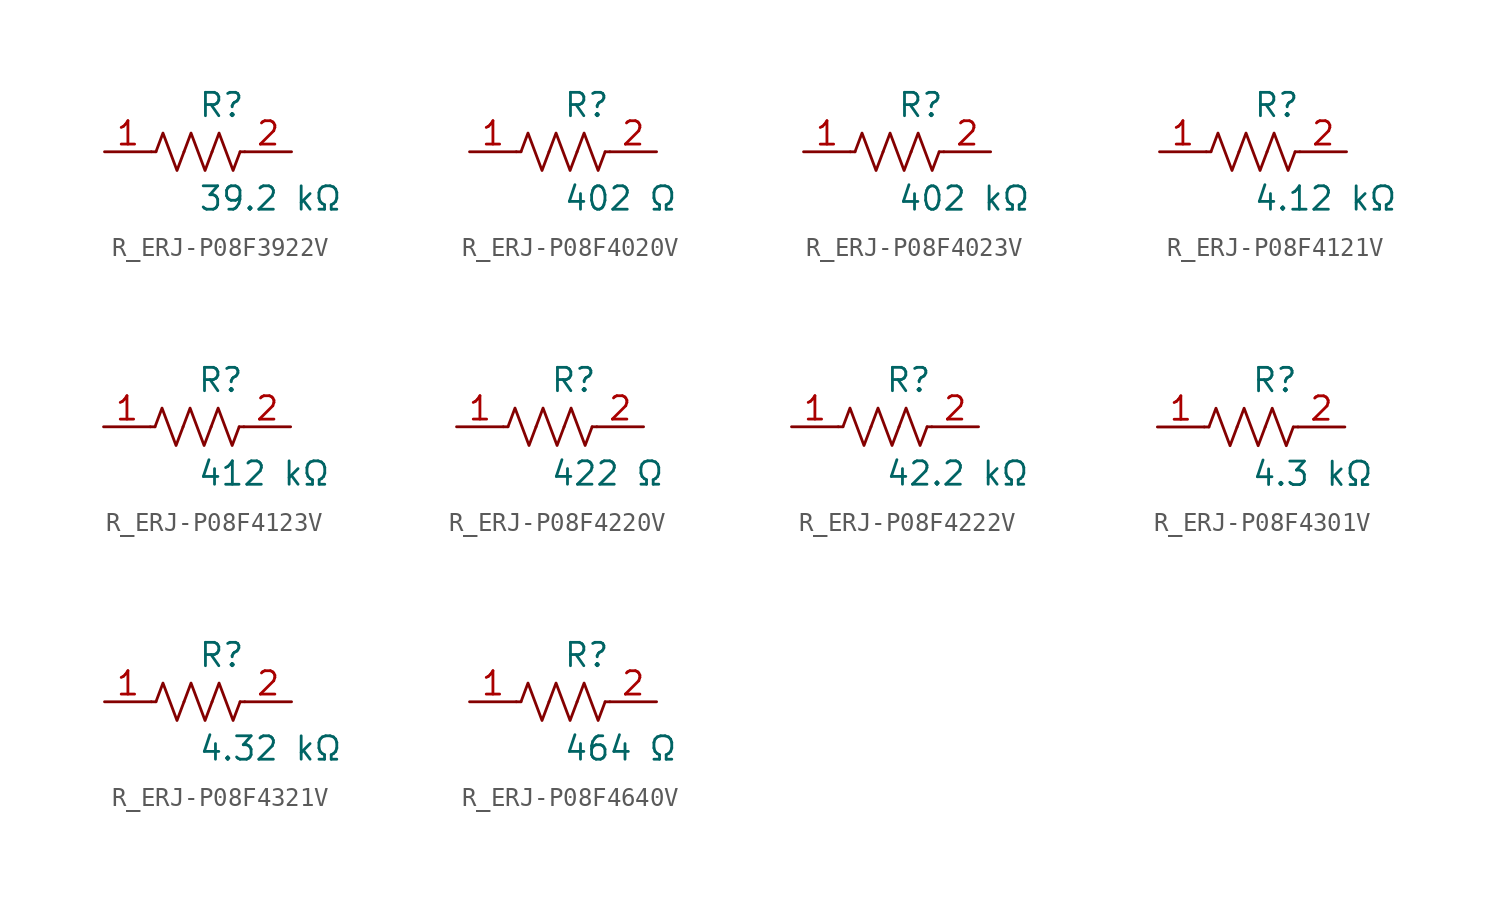
<source format=kicad_sym>
(kicad_symbol_lib
  (version 20231120)
  (generator kicad_symbol_editor)
  (generator_version 8.0)
  (symbol "R_ERJ-P08F3922V"
    (pin_names
      (offset 0.254))
    (property "Reference" "R"
      (at 0.0 2.54 0)
      (effects (font (size 1.27 1.27)) (justify left)))
    (property "Value" "39.2 kΩ"
      (at 0.0 -2.54 0)
      (effects (font (size 1.27 1.27)) (justify left)))
    (symbol "R_ERJ-P08F3922V_0_1"
      (polyline (pts (xy 2.286 0) (xy 2.54 0)) (stroke (width 0) (type default)) (fill (type none)))
      (polyline (pts (xy -2.286 0) (xy -2.54 0)) (stroke (width 0) (type default)) (fill (type none)))
      (polyline (pts (xy 0.762 0) (xy 1.143 1.016) (xy 1.524 0) (xy 1.905 -1.016) (xy 2.286 0)) (stroke (width 0) (type default)) (fill (type none)))
      (polyline (pts (xy -0.762 0) (xy -0.381 1.016) (xy 0 0) (xy 0.381 -1.016) (xy 0.762 0)) (stroke (width 0) (type default)) (fill (type none)))
      (polyline (pts (xy -2.286 0) (xy -1.905 1.016) (xy -1.524 0) (xy -1.143 -1.016) (xy -0.762 0)) (stroke (width 0) (type default)) (fill (type none))))
    (pin unspecified line
      (at -5.08 0 0)
      (length 2.54)
      (name "" (effects (font (size 1.27 1.27))))
      (number "1" (effects (font (size 1.27 1.27)))))
    (pin unspecified line
      (at 5.08 0 180)
      (length 2.54)
      (name "" (effects (font (size 1.27 1.27))))
      (number "2" (effects (font (size 1.27 1.27))))))
  (symbol "R_ERJ-P08F4020V"
    (pin_names
      (offset 0.254))
    (property "Reference" "R"
      (at 0.0 2.54 0)
      (effects (font (size 1.27 1.27)) (justify left)))
    (property "Value" "402 Ω"
      (at 0.0 -2.54 0)
      (effects (font (size 1.27 1.27)) (justify left)))
    (symbol "R_ERJ-P08F4020V_0_1"
      (polyline (pts (xy 2.286 0) (xy 2.54 0)) (stroke (width 0) (type default)) (fill (type none)))
      (polyline (pts (xy -2.286 0) (xy -2.54 0)) (stroke (width 0) (type default)) (fill (type none)))
      (polyline (pts (xy 0.762 0) (xy 1.143 1.016) (xy 1.524 0) (xy 1.905 -1.016) (xy 2.286 0)) (stroke (width 0) (type default)) (fill (type none)))
      (polyline (pts (xy -0.762 0) (xy -0.381 1.016) (xy 0 0) (xy 0.381 -1.016) (xy 0.762 0)) (stroke (width 0) (type default)) (fill (type none)))
      (polyline (pts (xy -2.286 0) (xy -1.905 1.016) (xy -1.524 0) (xy -1.143 -1.016) (xy -0.762 0)) (stroke (width 0) (type default)) (fill (type none))))
    (pin unspecified line
      (at -5.08 0 0)
      (length 2.54)
      (name "" (effects (font (size 1.27 1.27))))
      (number "1" (effects (font (size 1.27 1.27)))))
    (pin unspecified line
      (at 5.08 0 180)
      (length 2.54)
      (name "" (effects (font (size 1.27 1.27))))
      (number "2" (effects (font (size 1.27 1.27))))))
  (symbol "R_ERJ-P08F4023V"
    (pin_names
      (offset 0.254))
    (property "Reference" "R"
      (at 0.0 2.54 0)
      (effects (font (size 1.27 1.27)) (justify left)))
    (property "Value" "402 kΩ"
      (at 0.0 -2.54 0)
      (effects (font (size 1.27 1.27)) (justify left)))
    (symbol "R_ERJ-P08F4023V_0_1"
      (polyline (pts (xy 2.286 0) (xy 2.54 0)) (stroke (width 0) (type default)) (fill (type none)))
      (polyline (pts (xy -2.286 0) (xy -2.54 0)) (stroke (width 0) (type default)) (fill (type none)))
      (polyline (pts (xy 0.762 0) (xy 1.143 1.016) (xy 1.524 0) (xy 1.905 -1.016) (xy 2.286 0)) (stroke (width 0) (type default)) (fill (type none)))
      (polyline (pts (xy -0.762 0) (xy -0.381 1.016) (xy 0 0) (xy 0.381 -1.016) (xy 0.762 0)) (stroke (width 0) (type default)) (fill (type none)))
      (polyline (pts (xy -2.286 0) (xy -1.905 1.016) (xy -1.524 0) (xy -1.143 -1.016) (xy -0.762 0)) (stroke (width 0) (type default)) (fill (type none))))
    (pin unspecified line
      (at -5.08 0 0)
      (length 2.54)
      (name "" (effects (font (size 1.27 1.27))))
      (number "1" (effects (font (size 1.27 1.27)))))
    (pin unspecified line
      (at 5.08 0 180)
      (length 2.54)
      (name "" (effects (font (size 1.27 1.27))))
      (number "2" (effects (font (size 1.27 1.27))))))
  (symbol "R_ERJ-P08F4121V"
    (pin_names
      (offset 0.254))
    (property "Reference" "R"
      (at 0.0 2.54 0)
      (effects (font (size 1.27 1.27)) (justify left)))
    (property "Value" "4.12 kΩ"
      (at 0.0 -2.54 0)
      (effects (font (size 1.27 1.27)) (justify left)))
    (symbol "R_ERJ-P08F4121V_0_1"
      (polyline (pts (xy 2.286 0) (xy 2.54 0)) (stroke (width 0) (type default)) (fill (type none)))
      (polyline (pts (xy -2.286 0) (xy -2.54 0)) (stroke (width 0) (type default)) (fill (type none)))
      (polyline (pts (xy 0.762 0) (xy 1.143 1.016) (xy 1.524 0) (xy 1.905 -1.016) (xy 2.286 0)) (stroke (width 0) (type default)) (fill (type none)))
      (polyline (pts (xy -0.762 0) (xy -0.381 1.016) (xy 0 0) (xy 0.381 -1.016) (xy 0.762 0)) (stroke (width 0) (type default)) (fill (type none)))
      (polyline (pts (xy -2.286 0) (xy -1.905 1.016) (xy -1.524 0) (xy -1.143 -1.016) (xy -0.762 0)) (stroke (width 0) (type default)) (fill (type none))))
    (pin unspecified line
      (at -5.08 0 0)
      (length 2.54)
      (name "" (effects (font (size 1.27 1.27))))
      (number "1" (effects (font (size 1.27 1.27)))))
    (pin unspecified line
      (at 5.08 0 180)
      (length 2.54)
      (name "" (effects (font (size 1.27 1.27))))
      (number "2" (effects (font (size 1.27 1.27))))))
  (symbol "R_ERJ-P08F4123V"
    (pin_names
      (offset 0.254))
    (property "Reference" "R"
      (at 0.0 2.54 0)
      (effects (font (size 1.27 1.27)) (justify left)))
    (property "Value" "412 kΩ"
      (at 0.0 -2.54 0)
      (effects (font (size 1.27 1.27)) (justify left)))
    (symbol "R_ERJ-P08F4123V_0_1"
      (polyline (pts (xy 2.286 0) (xy 2.54 0)) (stroke (width 0) (type default)) (fill (type none)))
      (polyline (pts (xy -2.286 0) (xy -2.54 0)) (stroke (width 0) (type default)) (fill (type none)))
      (polyline (pts (xy 0.762 0) (xy 1.143 1.016) (xy 1.524 0) (xy 1.905 -1.016) (xy 2.286 0)) (stroke (width 0) (type default)) (fill (type none)))
      (polyline (pts (xy -0.762 0) (xy -0.381 1.016) (xy 0 0) (xy 0.381 -1.016) (xy 0.762 0)) (stroke (width 0) (type default)) (fill (type none)))
      (polyline (pts (xy -2.286 0) (xy -1.905 1.016) (xy -1.524 0) (xy -1.143 -1.016) (xy -0.762 0)) (stroke (width 0) (type default)) (fill (type none))))
    (pin unspecified line
      (at -5.08 0 0)
      (length 2.54)
      (name "" (effects (font (size 1.27 1.27))))
      (number "1" (effects (font (size 1.27 1.27)))))
    (pin unspecified line
      (at 5.08 0 180)
      (length 2.54)
      (name "" (effects (font (size 1.27 1.27))))
      (number "2" (effects (font (size 1.27 1.27))))))
  (symbol "R_ERJ-P08F4220V"
    (pin_names
      (offset 0.254))
    (property "Reference" "R"
      (at 0.0 2.54 0)
      (effects (font (size 1.27 1.27)) (justify left)))
    (property "Value" "422 Ω"
      (at 0.0 -2.54 0)
      (effects (font (size 1.27 1.27)) (justify left)))
    (symbol "R_ERJ-P08F4220V_0_1"
      (polyline (pts (xy 2.286 0) (xy 2.54 0)) (stroke (width 0) (type default)) (fill (type none)))
      (polyline (pts (xy -2.286 0) (xy -2.54 0)) (stroke (width 0) (type default)) (fill (type none)))
      (polyline (pts (xy 0.762 0) (xy 1.143 1.016) (xy 1.524 0) (xy 1.905 -1.016) (xy 2.286 0)) (stroke (width 0) (type default)) (fill (type none)))
      (polyline (pts (xy -0.762 0) (xy -0.381 1.016) (xy 0 0) (xy 0.381 -1.016) (xy 0.762 0)) (stroke (width 0) (type default)) (fill (type none)))
      (polyline (pts (xy -2.286 0) (xy -1.905 1.016) (xy -1.524 0) (xy -1.143 -1.016) (xy -0.762 0)) (stroke (width 0) (type default)) (fill (type none))))
    (pin unspecified line
      (at -5.08 0 0)
      (length 2.54)
      (name "" (effects (font (size 1.27 1.27))))
      (number "1" (effects (font (size 1.27 1.27)))))
    (pin unspecified line
      (at 5.08 0 180)
      (length 2.54)
      (name "" (effects (font (size 1.27 1.27))))
      (number "2" (effects (font (size 1.27 1.27))))))
  (symbol "R_ERJ-P08F4222V"
    (pin_names
      (offset 0.254))
    (property "Reference" "R"
      (at 0.0 2.54 0)
      (effects (font (size 1.27 1.27)) (justify left)))
    (property "Value" "42.2 kΩ"
      (at 0.0 -2.54 0)
      (effects (font (size 1.27 1.27)) (justify left)))
    (symbol "R_ERJ-P08F4222V_0_1"
      (polyline (pts (xy 2.286 0) (xy 2.54 0)) (stroke (width 0) (type default)) (fill (type none)))
      (polyline (pts (xy -2.286 0) (xy -2.54 0)) (stroke (width 0) (type default)) (fill (type none)))
      (polyline (pts (xy 0.762 0) (xy 1.143 1.016) (xy 1.524 0) (xy 1.905 -1.016) (xy 2.286 0)) (stroke (width 0) (type default)) (fill (type none)))
      (polyline (pts (xy -0.762 0) (xy -0.381 1.016) (xy 0 0) (xy 0.381 -1.016) (xy 0.762 0)) (stroke (width 0) (type default)) (fill (type none)))
      (polyline (pts (xy -2.286 0) (xy -1.905 1.016) (xy -1.524 0) (xy -1.143 -1.016) (xy -0.762 0)) (stroke (width 0) (type default)) (fill (type none))))
    (pin unspecified line
      (at -5.08 0 0)
      (length 2.54)
      (name "" (effects (font (size 1.27 1.27))))
      (number "1" (effects (font (size 1.27 1.27)))))
    (pin unspecified line
      (at 5.08 0 180)
      (length 2.54)
      (name "" (effects (font (size 1.27 1.27))))
      (number "2" (effects (font (size 1.27 1.27))))))
  (symbol "R_ERJ-P08F4301V"
    (pin_names
      (offset 0.254))
    (property "Reference" "R"
      (at 0.0 2.54 0)
      (effects (font (size 1.27 1.27)) (justify left)))
    (property "Value" "4.3 kΩ"
      (at 0.0 -2.54 0)
      (effects (font (size 1.27 1.27)) (justify left)))
    (symbol "R_ERJ-P08F4301V_0_1"
      (polyline (pts (xy 2.286 0) (xy 2.54 0)) (stroke (width 0) (type default)) (fill (type none)))
      (polyline (pts (xy -2.286 0) (xy -2.54 0)) (stroke (width 0) (type default)) (fill (type none)))
      (polyline (pts (xy 0.762 0) (xy 1.143 1.016) (xy 1.524 0) (xy 1.905 -1.016) (xy 2.286 0)) (stroke (width 0) (type default)) (fill (type none)))
      (polyline (pts (xy -0.762 0) (xy -0.381 1.016) (xy 0 0) (xy 0.381 -1.016) (xy 0.762 0)) (stroke (width 0) (type default)) (fill (type none)))
      (polyline (pts (xy -2.286 0) (xy -1.905 1.016) (xy -1.524 0) (xy -1.143 -1.016) (xy -0.762 0)) (stroke (width 0) (type default)) (fill (type none))))
    (pin unspecified line
      (at -5.08 0 0)
      (length 2.54)
      (name "" (effects (font (size 1.27 1.27))))
      (number "1" (effects (font (size 1.27 1.27)))))
    (pin unspecified line
      (at 5.08 0 180)
      (length 2.54)
      (name "" (effects (font (size 1.27 1.27))))
      (number "2" (effects (font (size 1.27 1.27))))))
  (symbol "R_ERJ-P08F4321V"
    (pin_names
      (offset 0.254))
    (property "Reference" "R"
      (at 0.0 2.54 0)
      (effects (font (size 1.27 1.27)) (justify left)))
    (property "Value" "4.32 kΩ"
      (at 0.0 -2.54 0)
      (effects (font (size 1.27 1.27)) (justify left)))
    (symbol "R_ERJ-P08F4321V_0_1"
      (polyline (pts (xy 2.286 0) (xy 2.54 0)) (stroke (width 0) (type default)) (fill (type none)))
      (polyline (pts (xy -2.286 0) (xy -2.54 0)) (stroke (width 0) (type default)) (fill (type none)))
      (polyline (pts (xy 0.762 0) (xy 1.143 1.016) (xy 1.524 0) (xy 1.905 -1.016) (xy 2.286 0)) (stroke (width 0) (type default)) (fill (type none)))
      (polyline (pts (xy -0.762 0) (xy -0.381 1.016) (xy 0 0) (xy 0.381 -1.016) (xy 0.762 0)) (stroke (width 0) (type default)) (fill (type none)))
      (polyline (pts (xy -2.286 0) (xy -1.905 1.016) (xy -1.524 0) (xy -1.143 -1.016) (xy -0.762 0)) (stroke (width 0) (type default)) (fill (type none))))
    (pin unspecified line
      (at -5.08 0 0)
      (length 2.54)
      (name "" (effects (font (size 1.27 1.27))))
      (number "1" (effects (font (size 1.27 1.27)))))
    (pin unspecified line
      (at 5.08 0 180)
      (length 2.54)
      (name "" (effects (font (size 1.27 1.27))))
      (number "2" (effects (font (size 1.27 1.27))))))
  (symbol "R_ERJ-P08F4640V"
    (pin_names
      (offset 0.254))
    (property "Reference" "R"
      (at 0.0 2.54 0)
      (effects (font (size 1.27 1.27)) (justify left)))
    (property "Value" "464 Ω"
      (at 0.0 -2.54 0)
      (effects (font (size 1.27 1.27)) (justify left)))
    (symbol "R_ERJ-P08F4640V_0_1"
      (polyline (pts (xy 2.286 0) (xy 2.54 0)) (stroke (width 0) (type default)) (fill (type none)))
      (polyline (pts (xy -2.286 0) (xy -2.54 0)) (stroke (width 0) (type default)) (fill (type none)))
      (polyline (pts (xy 0.762 0) (xy 1.143 1.016) (xy 1.524 0) (xy 1.905 -1.016) (xy 2.286 0)) (stroke (width 0) (type default)) (fill (type none)))
      (polyline (pts (xy -0.762 0) (xy -0.381 1.016) (xy 0 0) (xy 0.381 -1.016) (xy 0.762 0)) (stroke (width 0) (type default)) (fill (type none)))
      (polyline (pts (xy -2.286 0) (xy -1.905 1.016) (xy -1.524 0) (xy -1.143 -1.016) (xy -0.762 0)) (stroke (width 0) (type default)) (fill (type none))))
    (pin unspecified line
      (at -5.08 0 0)
      (length 2.54)
      (name "" (effects (font (size 1.27 1.27))))
      (number "1" (effects (font (size 1.27 1.27)))))
    (pin unspecified line
      (at 5.08 0 180)
      (length 2.54)
      (name "" (effects (font (size 1.27 1.27))))
      (number "2" (effects (font (size 1.27 1.27)))))))
</source>
